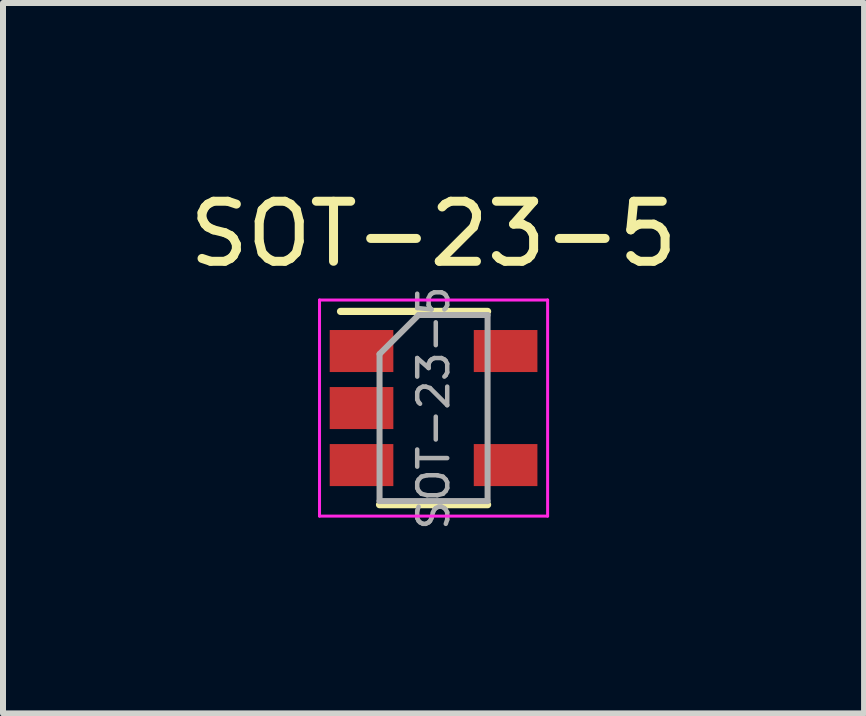
<source format=kicad_pcb>
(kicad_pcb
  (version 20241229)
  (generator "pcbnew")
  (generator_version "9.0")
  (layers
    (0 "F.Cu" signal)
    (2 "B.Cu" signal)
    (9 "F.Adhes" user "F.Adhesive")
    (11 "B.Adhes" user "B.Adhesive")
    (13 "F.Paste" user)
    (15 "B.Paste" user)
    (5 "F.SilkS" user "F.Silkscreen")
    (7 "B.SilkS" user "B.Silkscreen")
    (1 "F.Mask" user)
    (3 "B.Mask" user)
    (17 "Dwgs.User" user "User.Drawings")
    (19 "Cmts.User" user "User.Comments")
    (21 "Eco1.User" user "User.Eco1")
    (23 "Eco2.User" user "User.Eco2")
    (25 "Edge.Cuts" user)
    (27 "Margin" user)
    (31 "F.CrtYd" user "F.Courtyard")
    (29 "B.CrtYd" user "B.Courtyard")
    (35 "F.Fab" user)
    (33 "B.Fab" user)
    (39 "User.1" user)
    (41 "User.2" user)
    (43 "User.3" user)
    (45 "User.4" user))
  (footprint "SOT-23-5"
    (layer "F.Cu")
    (at 4.173 3.748)
    (property "Reference" "SOT-23-5" (at 0 -2.9 0) (layer "F.SilkS") (effects (font (size 1 1) (thickness 0.15))))
    (attr smd)
    (fp_line (start -0.9 1.61) (end 0.9 1.61) (stroke (width 0.12) (type solid)) (layer "F.SilkS"))
    (fp_line (start 0.9 -1.61) (end -1.55 -1.61) (stroke (width 0.12) (type solid)) (layer "F.SilkS"))
    (fp_line (start -1.9 -1.8) (end 1.9 -1.8) (stroke (width 0.05) (type solid)) (layer "F.CrtYd"))
    (fp_line (start -1.9 1.8) (end -1.9 -1.8) (stroke (width 0.05) (type solid)) (layer "F.CrtYd"))
    (fp_line (start 1.9 -1.8) (end 1.9 1.8) (stroke (width 0.05) (type solid)) (layer "F.CrtYd"))
    (fp_line (start 1.9 1.8) (end -1.9 1.8) (stroke (width 0.05) (type solid)) (layer "F.CrtYd"))
    (fp_line (start -0.9 -0.9) (end -0.9 1.55) (stroke (width 0.1) (type solid)) (layer "F.Fab"))
    (fp_line (start -0.9 -0.9) (end -0.25 -1.55) (stroke (width 0.1) (type solid)) (layer "F.Fab"))
    (fp_line (start 0.9 -1.55) (end -0.25 -1.55) (stroke (width 0.1) (type solid)) (layer "F.Fab"))
    (fp_line (start 0.9 -1.55) (end 0.9 1.55) (stroke (width 0.1) (type solid)) (layer "F.Fab"))
    (fp_line (start 0.9 1.55) (end -0.9 1.55) (stroke (width 0.1) (type solid)) (layer "F.Fab"))
    (fp_text user "${REFERENCE}" (at 0 0 90) (layer "F.Fab") (effects (font (size 0.5 0.5) (thickness 0.075))))
    (pad "1" smd rect (at -1.2 -0.95) (size 1.06 0.7) (layers "F.Cu" "F.Mask" "F.Paste"))
    (pad "2" smd rect (at -1.2 0) (size 1.06 0.7) (layers "F.Cu" "F.Mask" "F.Paste"))
    (pad "3" smd rect (at -1.2 0.95) (size 1.06 0.7) (layers "F.Cu" "F.Mask" "F.Paste"))
    (pad "4" smd rect (at 1.2 0.95) (size 1.06 0.7) (layers "F.Cu" "F.Mask" "F.Paste"))
    (pad "5" smd rect (at 1.2 -0.95) (size 1.06 0.7) (layers "F.Cu" "F.Mask" "F.Paste")))
  (gr_rect
    (start -3 -3)
    (end 11.345 8.835)
    (stroke (width 0.1) (type default))
    (fill no)
    (layer "Edge.Cuts")))
</source>
